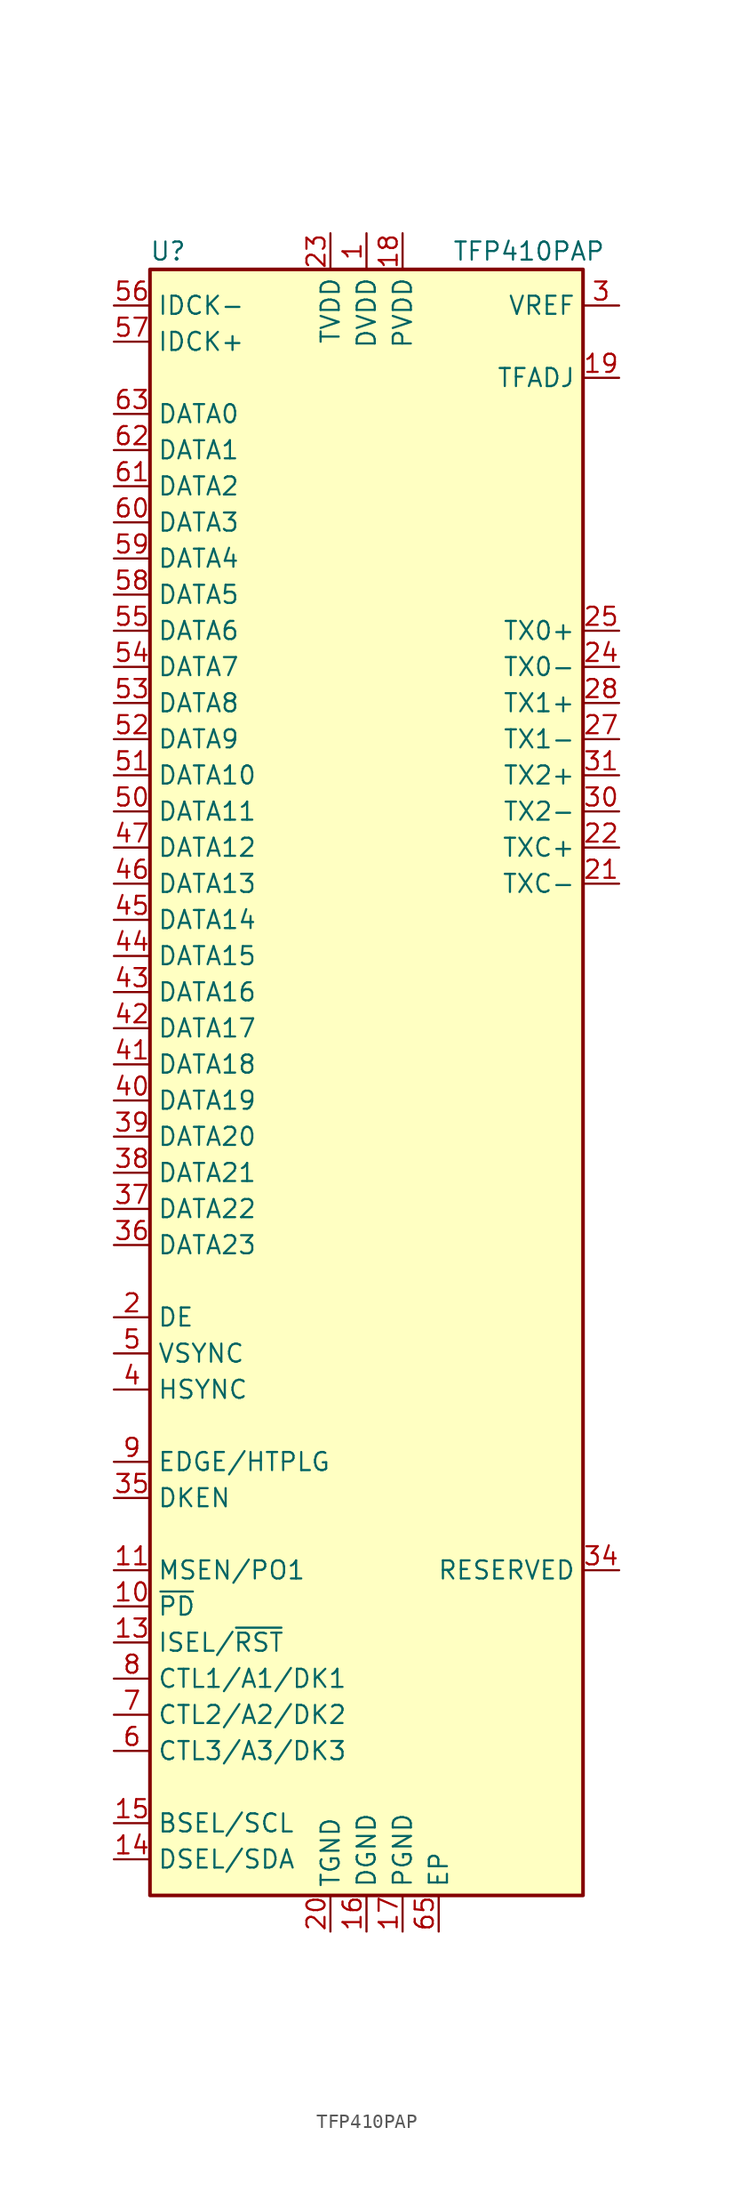
<source format=kicad_sym>
(kicad_symbol_lib
  (version 20200908)
  (generator kicad_symbol_editor)
  (symbol "Video:TFP410PAP"
    (property "Reference" "U"
      (at -13.97 57.15 0)
      (effects (font (size 1.27 1.27))))
    (property "Value" "TFP410PAP"
      (at 11.43 57.15 0)
      (effects (font (size 1.27 1.27))))
    (symbol "TFP410PAP_0_1"
      (rectangle (start -15.24 55.88) (end 15.24 -58.42) (stroke (width 0.254)) (fill (type background))))
    (symbol "TFP410PAP_1_1"
      (pin power_in line (at 0 58.42 270) (length 2.54) (name "DVDD" (effects (font (size 1.27 1.27)))) (number "1" (effects (font (size 1.27 1.27)))))
      (pin input line (at -17.78 -38.1 0) (length 2.54) (name "~PD" (effects (font (size 1.27 1.27)))) (number "10" (effects (font (size 1.27 1.27)))))
      (pin output line (at -17.78 -35.56 0) (length 2.54) (name "MSEN/PO1" (effects (font (size 1.27 1.27)))) (number "11" (effects (font (size 1.27 1.27)))))
      (pin passive line (at 0 58.42 270) (length 2.54) hide (name "DVDD" (effects (font (size 1.27 1.27)))) (number "12" (effects (font (size 1.27 1.27)))))
      (pin input line (at -17.78 -40.64 0) (length 2.54) (name "ISEL/~RST" (effects (font (size 1.27 1.27)))) (number "13" (effects (font (size 1.27 1.27)))))
      (pin bidirectional line (at -17.78 -55.88 0) (length 2.54) (name "DSEL/SDA" (effects (font (size 1.27 1.27)))) (number "14" (effects (font (size 1.27 1.27)))))
      (pin input line (at -17.78 -53.34 0) (length 2.54) (name "BSEL/SCL" (effects (font (size 1.27 1.27)))) (number "15" (effects (font (size 1.27 1.27)))))
      (pin power_in line (at 0 -60.96 90) (length 2.54) (name "DGND" (effects (font (size 1.27 1.27)))) (number "16" (effects (font (size 1.27 1.27)))))
      (pin power_in line (at 2.54 -60.96 90) (length 2.54) (name "PGND" (effects (font (size 1.27 1.27)))) (number "17" (effects (font (size 1.27 1.27)))))
      (pin power_in line (at 2.54 58.42 270) (length 2.54) (name "PVDD" (effects (font (size 1.27 1.27)))) (number "18" (effects (font (size 1.27 1.27)))))
      (pin input line (at 17.78 48.26 180) (length 2.54) (name "TFADJ" (effects (font (size 1.27 1.27)))) (number "19" (effects (font (size 1.27 1.27)))))
      (pin input line (at -17.78 -17.78 0) (length 2.54) (name "DE" (effects (font (size 1.27 1.27)))) (number "2" (effects (font (size 1.27 1.27)))))
      (pin power_in line (at -2.54 -60.96 90) (length 2.54) (name "TGND" (effects (font (size 1.27 1.27)))) (number "20" (effects (font (size 1.27 1.27)))))
      (pin output line (at 17.78 12.7 180) (length 2.54) (name "TXC-" (effects (font (size 1.27 1.27)))) (number "21" (effects (font (size 1.27 1.27)))))
      (pin output line (at 17.78 15.24 180) (length 2.54) (name "TXC+" (effects (font (size 1.27 1.27)))) (number "22" (effects (font (size 1.27 1.27)))))
      (pin power_in line (at -2.54 58.42 270) (length 2.54) (name "TVDD" (effects (font (size 1.27 1.27)))) (number "23" (effects (font (size 1.27 1.27)))))
      (pin output line (at 17.78 27.94 180) (length 2.54) (name "TX0-" (effects (font (size 1.27 1.27)))) (number "24" (effects (font (size 1.27 1.27)))))
      (pin output line (at 17.78 30.48 180) (length 2.54) (name "TX0+" (effects (font (size 1.27 1.27)))) (number "25" (effects (font (size 1.27 1.27)))))
      (pin passive line (at -2.54 -60.96 90) (length 2.54) hide (name "TGND" (effects (font (size 1.27 1.27)))) (number "26" (effects (font (size 1.27 1.27)))))
      (pin output line (at 17.78 22.86 180) (length 2.54) (name "TX1-" (effects (font (size 1.27 1.27)))) (number "27" (effects (font (size 1.27 1.27)))))
      (pin output line (at 17.78 25.4 180) (length 2.54) (name "TX1+" (effects (font (size 1.27 1.27)))) (number "28" (effects (font (size 1.27 1.27)))))
      (pin passive line (at -2.54 58.42 270) (length 2.54) hide (name "TVDD" (effects (font (size 1.27 1.27)))) (number "29" (effects (font (size 1.27 1.27)))))
      (pin input line (at 17.78 53.34 180) (length 2.54) (name "VREF" (effects (font (size 1.27 1.27)))) (number "3" (effects (font (size 1.27 1.27)))))
      (pin output line (at 17.78 17.78 180) (length 2.54) (name "TX2-" (effects (font (size 1.27 1.27)))) (number "30" (effects (font (size 1.27 1.27)))))
      (pin output line (at 17.78 20.32 180) (length 2.54) (name "TX2+" (effects (font (size 1.27 1.27)))) (number "31" (effects (font (size 1.27 1.27)))))
      (pin passive line (at -2.54 -60.96 90) (length 2.54) hide (name "TGND" (effects (font (size 1.27 1.27)))) (number "32" (effects (font (size 1.27 1.27)))))
      (pin passive line (at 0 58.42 270) (length 2.54) hide (name "DVDD" (effects (font (size 1.27 1.27)))) (number "33" (effects (font (size 1.27 1.27)))))
      (pin input line (at 17.78 -35.56 180) (length 2.54) (name "RESERVED" (effects (font (size 1.27 1.27)))) (number "34" (effects (font (size 1.27 1.27)))))
      (pin input line (at -17.78 -30.48 0) (length 2.54) (name "DKEN" (effects (font (size 1.27 1.27)))) (number "35" (effects (font (size 1.27 1.27)))))
      (pin input line (at -17.78 -12.7 0) (length 2.54) (name "DATA23" (effects (font (size 1.27 1.27)))) (number "36" (effects (font (size 1.27 1.27)))))
      (pin input line (at -17.78 -10.16 0) (length 2.54) (name "DATA22" (effects (font (size 1.27 1.27)))) (number "37" (effects (font (size 1.27 1.27)))))
      (pin input line (at -17.78 -7.62 0) (length 2.54) (name "DATA21" (effects (font (size 1.27 1.27)))) (number "38" (effects (font (size 1.27 1.27)))))
      (pin input line (at -17.78 -5.08 0) (length 2.54) (name "DATA20" (effects (font (size 1.27 1.27)))) (number "39" (effects (font (size 1.27 1.27)))))
      (pin input line (at -17.78 -22.86 0) (length 2.54) (name "HSYNC" (effects (font (size 1.27 1.27)))) (number "4" (effects (font (size 1.27 1.27)))))
      (pin input line (at -17.78 -2.54 0) (length 2.54) (name "DATA19" (effects (font (size 1.27 1.27)))) (number "40" (effects (font (size 1.27 1.27)))))
      (pin input line (at -17.78 0 0) (length 2.54) (name "DATA18" (effects (font (size 1.27 1.27)))) (number "41" (effects (font (size 1.27 1.27)))))
      (pin input line (at -17.78 2.54 0) (length 2.54) (name "DATA17" (effects (font (size 1.27 1.27)))) (number "42" (effects (font (size 1.27 1.27)))))
      (pin input line (at -17.78 5.08 0) (length 2.54) (name "DATA16" (effects (font (size 1.27 1.27)))) (number "43" (effects (font (size 1.27 1.27)))))
      (pin input line (at -17.78 7.62 0) (length 2.54) (name "DATA15" (effects (font (size 1.27 1.27)))) (number "44" (effects (font (size 1.27 1.27)))))
      (pin input line (at -17.78 10.16 0) (length 2.54) (name "DATA14" (effects (font (size 1.27 1.27)))) (number "45" (effects (font (size 1.27 1.27)))))
      (pin input line (at -17.78 12.7 0) (length 2.54) (name "DATA13" (effects (font (size 1.27 1.27)))) (number "46" (effects (font (size 1.27 1.27)))))
      (pin input line (at -17.78 15.24 0) (length 2.54) (name "DATA12" (effects (font (size 1.27 1.27)))) (number "47" (effects (font (size 1.27 1.27)))))
      (pin passive line (at 0 -60.96 90) (length 2.54) hide (name "DGND" (effects (font (size 1.27 1.27)))) (number "48" (effects (font (size 1.27 1.27)))))
      (pin unconnected line (at 15.24 -33.02 180) (length 2.54) hide (name "NC" (effects (font (size 1.27 1.27)))) (number "49" (effects (font (size 1.27 1.27)))))
      (pin input line (at -17.78 -20.32 0) (length 2.54) (name "VSYNC" (effects (font (size 1.27 1.27)))) (number "5" (effects (font (size 1.27 1.27)))))
      (pin input line (at -17.78 17.78 0) (length 2.54) (name "DATA11" (effects (font (size 1.27 1.27)))) (number "50" (effects (font (size 1.27 1.27)))))
      (pin input line (at -17.78 20.32 0) (length 2.54) (name "DATA10" (effects (font (size 1.27 1.27)))) (number "51" (effects (font (size 1.27 1.27)))))
      (pin input line (at -17.78 22.86 0) (length 2.54) (name "DATA9" (effects (font (size 1.27 1.27)))) (number "52" (effects (font (size 1.27 1.27)))))
      (pin input line (at -17.78 25.4 0) (length 2.54) (name "DATA8" (effects (font (size 1.27 1.27)))) (number "53" (effects (font (size 1.27 1.27)))))
      (pin input line (at -17.78 27.94 0) (length 2.54) (name "DATA7" (effects (font (size 1.27 1.27)))) (number "54" (effects (font (size 1.27 1.27)))))
      (pin input line (at -17.78 30.48 0) (length 2.54) (name "DATA6" (effects (font (size 1.27 1.27)))) (number "55" (effects (font (size 1.27 1.27)))))
      (pin input line (at -17.78 53.34 0) (length 2.54) (name "IDCK-" (effects (font (size 1.27 1.27)))) (number "56" (effects (font (size 1.27 1.27)))))
      (pin input line (at -17.78 50.8 0) (length 2.54) (name "IDCK+" (effects (font (size 1.27 1.27)))) (number "57" (effects (font (size 1.27 1.27)))))
      (pin input line (at -17.78 33.02 0) (length 2.54) (name "DATA5" (effects (font (size 1.27 1.27)))) (number "58" (effects (font (size 1.27 1.27)))))
      (pin input line (at -17.78 35.56 0) (length 2.54) (name "DATA4" (effects (font (size 1.27 1.27)))) (number "59" (effects (font (size 1.27 1.27)))))
      (pin input line (at -17.78 -48.26 0) (length 2.54) (name "CTL3/A3/DK3" (effects (font (size 1.27 1.27)))) (number "6" (effects (font (size 1.27 1.27)))))
      (pin input line (at -17.78 38.1 0) (length 2.54) (name "DATA3" (effects (font (size 1.27 1.27)))) (number "60" (effects (font (size 1.27 1.27)))))
      (pin input line (at -17.78 40.64 0) (length 2.54) (name "DATA2" (effects (font (size 1.27 1.27)))) (number "61" (effects (font (size 1.27 1.27)))))
      (pin input line (at -17.78 43.18 0) (length 2.54) (name "DATA1" (effects (font (size 1.27 1.27)))) (number "62" (effects (font (size 1.27 1.27)))))
      (pin input line (at -17.78 45.72 0) (length 2.54) (name "DATA0" (effects (font (size 1.27 1.27)))) (number "63" (effects (font (size 1.27 1.27)))))
      (pin passive line (at 0 -60.96 90) (length 2.54) hide (name "DGND" (effects (font (size 1.27 1.27)))) (number "64" (effects (font (size 1.27 1.27)))))
      (pin power_in line (at 5.08 -60.96 90) (length 2.54) (name "EP" (effects (font (size 1.27 1.27)))) (number "65" (effects (font (size 1.27 1.27)))))
      (pin input line (at -17.78 -45.72 0) (length 2.54) (name "CTL2/A2/DK2" (effects (font (size 1.27 1.27)))) (number "7" (effects (font (size 1.27 1.27)))))
      (pin input line (at -17.78 -43.18 0) (length 2.54) (name "CTL1/A1/DK1" (effects (font (size 1.27 1.27)))) (number "8" (effects (font (size 1.27 1.27)))))
      (pin input line (at -17.78 -27.94 0) (length 2.54) (name "EDGE/HTPLG" (effects (font (size 1.27 1.27)))) (number "9" (effects (font (size 1.27 1.27))))))))
</source>
